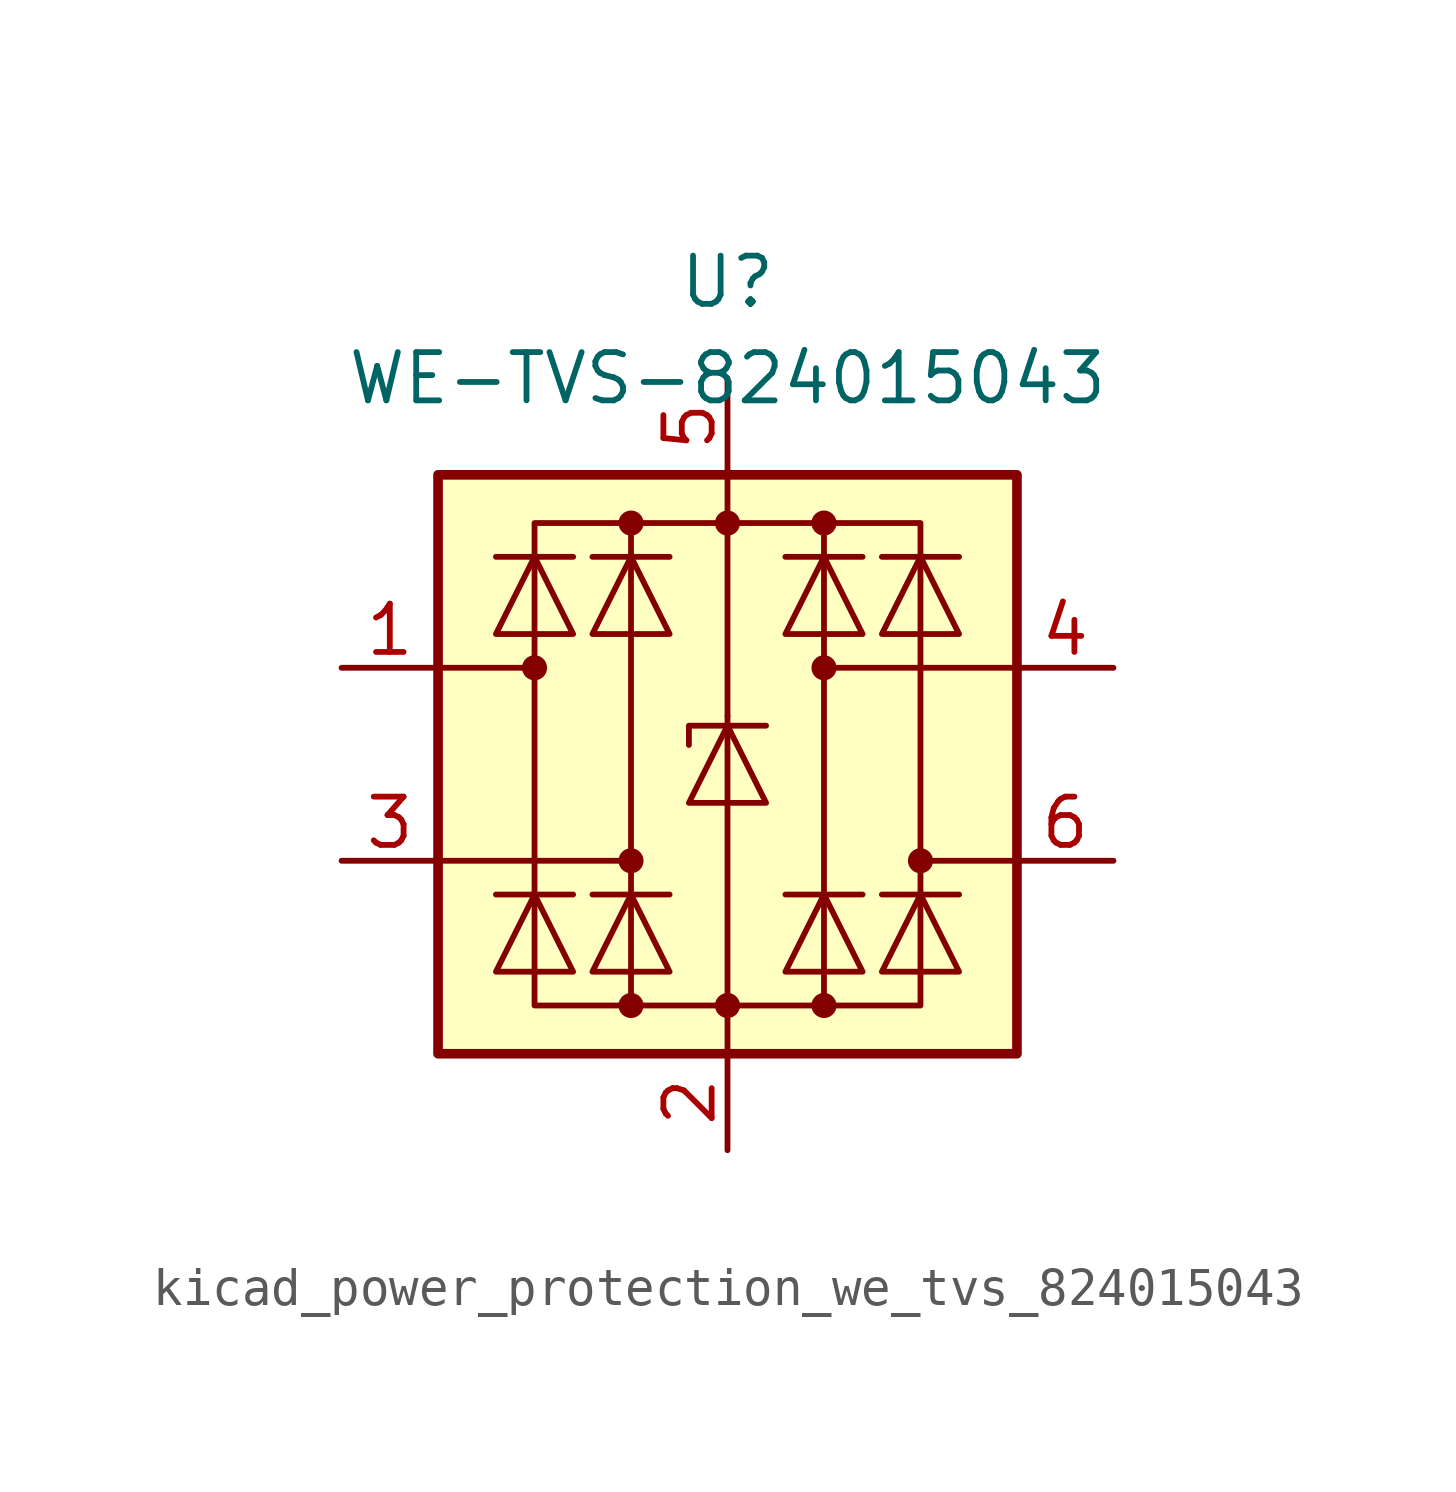
<source format=kicad_sym>
(kicad_symbol_lib
  (version 20220914)
  (generator kicad_symbol_editor)
  (symbol "kicad_power_protection_we_tvs_824015043"
    (pin_names hide)
    (property "Reference" "U"
      (at 0 12.7 0)
      (effects (font (size 1.27 1.27))))
    (property "Value" "WE-TVS-824015043"
      (at 0 10.16 0)
      (effects (font (size 1.27 1.27))))
    (symbol "kicad_power_protection_we_tvs_824015043_0_1"
      (rectangle (start -7.62 -7.62) (end 7.62 7.62) (stroke (width 0.254) (type default)) (fill (type background)))
      (circle (center -5.08 2.54) (radius 0.254) (stroke (width 0) (type default)) (fill (type outline)))
      (circle (center -2.54 -6.35) (radius 0.254) (stroke (width 0) (type default)) (fill (type outline)))
      (circle (center -2.54 -2.54) (radius 0.254) (stroke (width 0) (type default)) (fill (type outline)))
      (circle (center -2.54 6.35) (radius 0.254) (stroke (width 0) (type default)) (fill (type outline)))
      (rectangle (start -2.54 6.35) (end 2.54 -6.35) (stroke (width 0) (type default)) (fill (type none)))
      (circle (center 0 -6.35) (radius 0.254) (stroke (width 0) (type default)) (fill (type outline)))
      (polyline (pts (xy -5.08 2.54) (xy -7.62 2.54)) (stroke (width 0) (type default)) (fill (type none)))
      (polyline (pts (xy -4.064 -3.429) (xy -6.096 -3.429)) (stroke (width 0) (type default)) (fill (type none)))
      (polyline (pts (xy -4.064 5.461) (xy -6.096 5.461)) (stroke (width 0) (type default)) (fill (type none)))
      (polyline (pts (xy -2.54 -2.54) (xy -7.62 -2.54)) (stroke (width 0) (type default)) (fill (type none)))
      (polyline (pts (xy -1.524 -3.429) (xy -3.556 -3.429)) (stroke (width 0) (type default)) (fill (type none)))
      (polyline (pts (xy -1.524 5.461) (xy -3.556 5.461)) (stroke (width 0) (type default)) (fill (type none)))
      (polyline (pts (xy 0 -7.62) (xy 0 -6.35)) (stroke (width 0) (type default)) (fill (type none)))
      (polyline (pts (xy 0 -6.35) (xy 0 1.27)) (stroke (width 0) (type default)) (fill (type none)))
      (polyline (pts (xy 0 1.27) (xy 0 6.35)) (stroke (width 0) (type default)) (fill (type none)))
      (polyline (pts (xy 0 6.35) (xy 0 7.62)) (stroke (width 0) (type default)) (fill (type none)))
      (polyline (pts (xy 1.524 -3.429) (xy 3.556 -3.429)) (stroke (width 0) (type default)) (fill (type none)))
      (polyline (pts (xy 1.524 5.461) (xy 3.556 5.461)) (stroke (width 0) (type default)) (fill (type none)))
      (polyline (pts (xy 2.54 2.54) (xy 7.62 2.54)) (stroke (width 0) (type default)) (fill (type none)))
      (polyline (pts (xy 4.064 -3.429) (xy 6.096 -3.429)) (stroke (width 0) (type default)) (fill (type none)))
      (polyline (pts (xy 4.064 5.461) (xy 6.096 5.461)) (stroke (width 0) (type default)) (fill (type none)))
      (polyline (pts (xy 5.08 -2.54) (xy 7.62 -2.54)) (stroke (width 0) (type default)) (fill (type none)))
      (polyline (pts (xy -6.096 -5.461) (xy -4.064 -5.461) (xy -5.08 -3.429) (xy -6.096 -5.461)) (stroke (width 0) (type default)) (fill (type none)))
      (polyline (pts (xy -6.096 3.429) (xy -4.064 3.429) (xy -5.08 5.461) (xy -6.096 3.429)) (stroke (width 0) (type default)) (fill (type none)))
      (polyline (pts (xy -3.556 -5.461) (xy -1.524 -5.461) (xy -2.54 -3.429) (xy -3.556 -5.461)) (stroke (width 0) (type default)) (fill (type none)))
      (polyline (pts (xy -3.556 3.429) (xy -1.524 3.429) (xy -2.54 5.461) (xy -3.556 3.429)) (stroke (width 0) (type default)) (fill (type none)))
      (polyline (pts (xy -2.54 6.35) (xy -5.08 6.35) (xy -5.08 -6.35) (xy -2.54 -6.35)) (stroke (width 0) (type default)) (fill (type none)))
      (polyline (pts (xy -1.016 -1.016) (xy 1.016 -1.016) (xy 0 1.016) (xy -1.016 -1.016)) (stroke (width 0) (type default)) (fill (type none)))
      (polyline (pts (xy 1.016 1.016) (xy 0.762 1.016) (xy -1.016 1.016) (xy -1.016 0.508)) (stroke (width 0) (type default)) (fill (type none)))
      (polyline (pts (xy 2.54 6.35) (xy 5.08 6.35) (xy 5.08 -6.35) (xy 2.54 -6.35)) (stroke (width 0) (type default)) (fill (type none)))
      (polyline (pts (xy 3.556 -5.461) (xy 1.524 -5.461) (xy 2.54 -3.429) (xy 3.556 -5.461)) (stroke (width 0) (type default)) (fill (type none)))
      (polyline (pts (xy 3.556 3.429) (xy 1.524 3.429) (xy 2.54 5.461) (xy 3.556 3.429)) (stroke (width 0) (type default)) (fill (type none)))
      (polyline (pts (xy 6.096 -5.461) (xy 4.064 -5.461) (xy 5.08 -3.429) (xy 6.096 -5.461)) (stroke (width 0) (type default)) (fill (type none)))
      (polyline (pts (xy 6.096 3.429) (xy 4.064 3.429) (xy 5.08 5.461) (xy 6.096 3.429)) (stroke (width 0) (type default)) (fill (type none)))
      (circle (center 0 6.35) (radius 0.254) (stroke (width 0) (type default)) (fill (type outline)))
      (circle (center 2.54 -6.35) (radius 0.254) (stroke (width 0) (type default)) (fill (type outline)))
      (circle (center 2.54 2.54) (radius 0.254) (stroke (width 0) (type default)) (fill (type outline)))
      (circle (center 2.54 6.35) (radius 0.254) (stroke (width 0) (type default)) (fill (type outline)))
      (circle (center 5.08 -2.54) (radius 0.254) (stroke (width 0) (type default)) (fill (type outline))))
    (symbol "kicad_power_protection_we_tvs_824015043_1_1"
      (pin passive line (at -10.16 2.54 0) (length 2.54) (name "I/O1" (effects (font (size 1.27 1.27)))) (number "1" (effects (font (size 1.27 1.27)))))
      (pin passive line (at 0 -10.16 90) (length 2.54) (name "GND" (effects (font (size 1.27 1.27)))) (number "2" (effects (font (size 1.27 1.27)))))
      (pin passive line (at -10.16 -2.54 0) (length 2.54) (name "I/O2" (effects (font (size 1.27 1.27)))) (number "3" (effects (font (size 1.27 1.27)))))
      (pin passive line (at 10.16 2.54 180) (length 2.54) (name "I/O3" (effects (font (size 1.27 1.27)))) (number "4" (effects (font (size 1.27 1.27)))))
      (pin passive line (at 0 10.16 270) (length 2.54) (name "VBUS" (effects (font (size 1.27 1.27)))) (number "5" (effects (font (size 1.27 1.27)))))
      (pin passive line (at 10.16 -2.54 180) (length 2.54) (name "I/O4" (effects (font (size 1.27 1.27)))) (number "6" (effects (font (size 1.27 1.27))))))))
</source>
